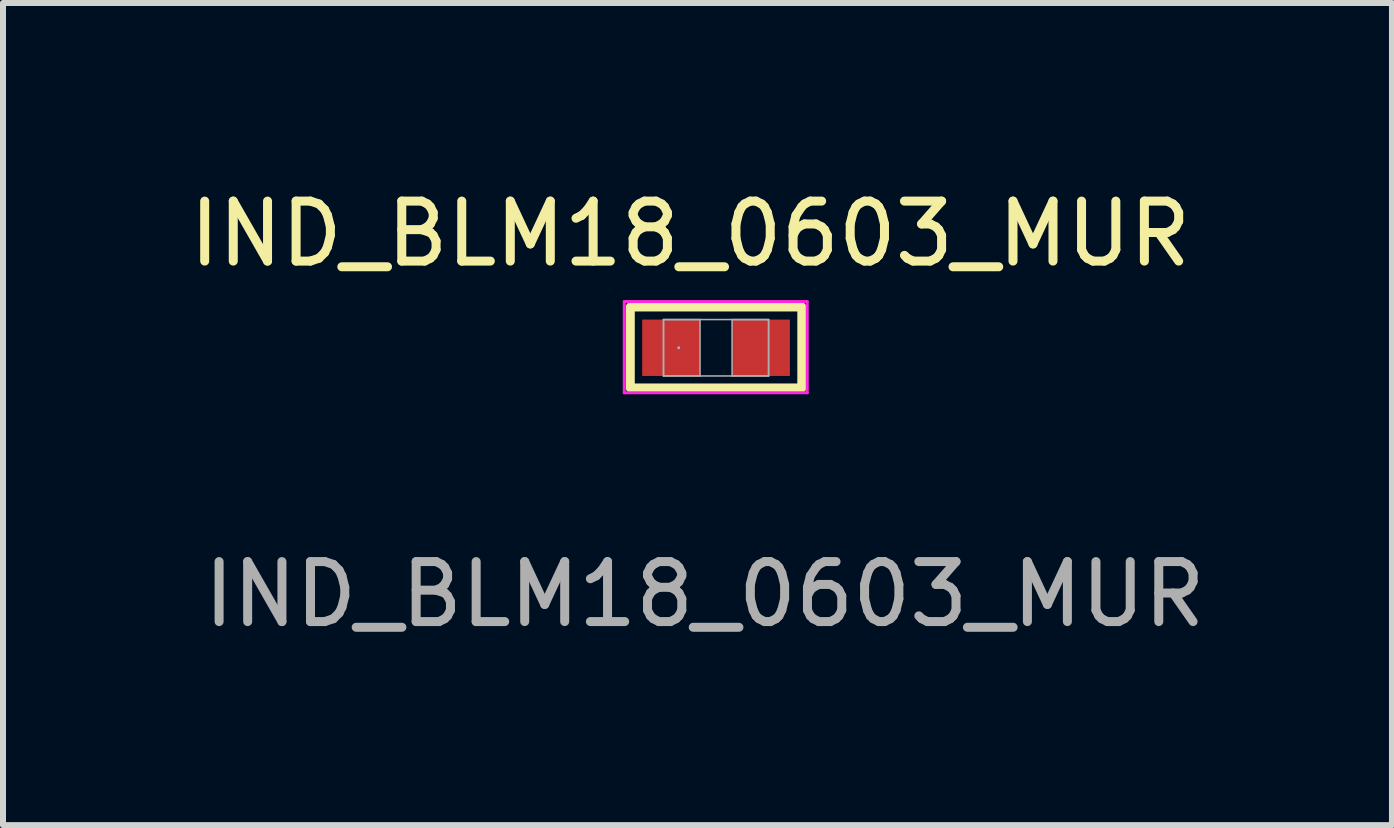
<source format=kicad_pcb>
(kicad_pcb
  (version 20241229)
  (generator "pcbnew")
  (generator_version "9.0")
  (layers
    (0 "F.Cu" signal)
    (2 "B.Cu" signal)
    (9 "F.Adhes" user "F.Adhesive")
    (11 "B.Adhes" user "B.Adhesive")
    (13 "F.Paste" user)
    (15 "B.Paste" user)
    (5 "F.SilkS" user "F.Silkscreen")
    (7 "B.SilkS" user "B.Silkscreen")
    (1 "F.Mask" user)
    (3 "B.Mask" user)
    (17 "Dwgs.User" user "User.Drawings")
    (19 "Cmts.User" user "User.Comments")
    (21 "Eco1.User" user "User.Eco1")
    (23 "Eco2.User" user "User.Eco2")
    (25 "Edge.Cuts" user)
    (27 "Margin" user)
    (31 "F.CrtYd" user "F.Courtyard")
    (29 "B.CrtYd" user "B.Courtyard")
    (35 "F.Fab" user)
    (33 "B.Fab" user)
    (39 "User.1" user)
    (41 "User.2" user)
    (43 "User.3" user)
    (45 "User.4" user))
  (footprint "IND_BLM18_0603_MUR"
    (layer "F.Cu")
    (at 8.888 2.748)
    (property "Reference" "IND_BLM18_0603_MUR" (at -0.43 -1.9 0) (unlocked yes) (layer "F.SilkS") (effects (font (size 1 1) (thickness 0.15))))
    (attr smd)
    (fp_rect (start -1.43 -0.68) (end 1.43 0.67) (stroke (width 0.15) (type solid)) (fill no) (layer "F.SilkS"))
    (fp_line (start -1.53 -0.77) (end 1.52 -0.77) (stroke (width 0.05) (type solid)) (layer "F.CrtYd"))
    (fp_line (start -1.53 0.75) (end -1.53 -0.77) (stroke (width 0.05) (type solid)) (layer "F.CrtYd"))
    (fp_line (start 1.52 -0.77) (end 1.52 0.75) (stroke (width 0.05) (type solid)) (layer "F.CrtYd"))
    (fp_line (start 1.52 0.75) (end -1.53 0.75) (stroke (width 0.05) (type solid)) (layer "F.CrtYd"))
    (fp_line (start -0.876 -0.47) (end -0.876 0.47) (stroke (width 0.025) (type solid)) (layer "F.Fab"))
    (fp_line (start -0.876 -0.47) (end -0.876 0.47) (stroke (width 0.025) (type solid)) (layer "F.Fab"))
    (fp_line (start -0.876 0.47) (end -0.267 0.47) (stroke (width 0.025) (type solid)) (layer "F.Fab"))
    (fp_line (start -0.876 0.47) (end 0.876 0.47) (stroke (width 0.025) (type solid)) (layer "F.Fab"))
    (fp_line (start -0.267 -0.47) (end -0.876 -0.47) (stroke (width 0.025) (type solid)) (layer "F.Fab"))
    (fp_line (start -0.267 0.47) (end -0.267 -0.47) (stroke (width 0.025) (type solid)) (layer "F.Fab"))
    (fp_line (start 0.267 -0.47) (end 0.267 0.47) (stroke (width 0.025) (type solid)) (layer "F.Fab"))
    (fp_line (start 0.267 0.47) (end 0.876 0.47) (stroke (width 0.025) (type solid)) (layer "F.Fab"))
    (fp_line (start 0.876 -0.47) (end -0.876 -0.47) (stroke (width 0.025) (type solid)) (layer "F.Fab"))
    (fp_line (start 0.876 -0.47) (end 0.267 -0.47) (stroke (width 0.025) (type solid)) (layer "F.Fab"))
    (fp_line (start 0.876 0.47) (end 0.876 -0.47) (stroke (width 0.025) (type solid)) (layer "F.Fab"))
    (fp_line (start 0.876 0.47) (end 0.876 -0.47) (stroke (width 0.025) (type solid)) (layer "F.Fab"))
    (fp_circle (center -0.622 0) (end -0.622 0) (stroke (width 0.025) (type solid)) (fill no) (layer "F.Fab"))
    (fp_text user "${REFERENCE}" (at -0.19 4.11 0) (unlocked yes) (layer "F.Fab") (effects (font (size 1 1) (thickness 0.15))))
    (pad "1" smd rect (at -0.749 0) (size 0.965 0.94) (layers "F.Cu" "F.Mask" "F.Paste"))
    (pad "2" smd rect (at 0.749 0) (size 0.965 0.94) (layers "F.Cu" "F.Mask" "F.Paste"))
    (zone (net_name "") (layer "F.Cu") (hatch full 0.508) (connect_pads) (min_thickness 0.254) (filled_areas_thickness no) (keepout (tracks not_allowed) (vias not_allowed) (pads allowed) (copperpour not_allowed) (footprints allowed)) (placement (enabled no)) (fill) (polygon (pts (xy 8.672 2.329) (xy 9.104 2.329) (xy 9.104 3.167) (xy 8.672 3.167)))))
  (gr_rect
    (start -3 -3)
    (end 20.157 10.707)
    (stroke (width 0.1) (type default))
    (fill no)
    (layer "Edge.Cuts")))
</source>
